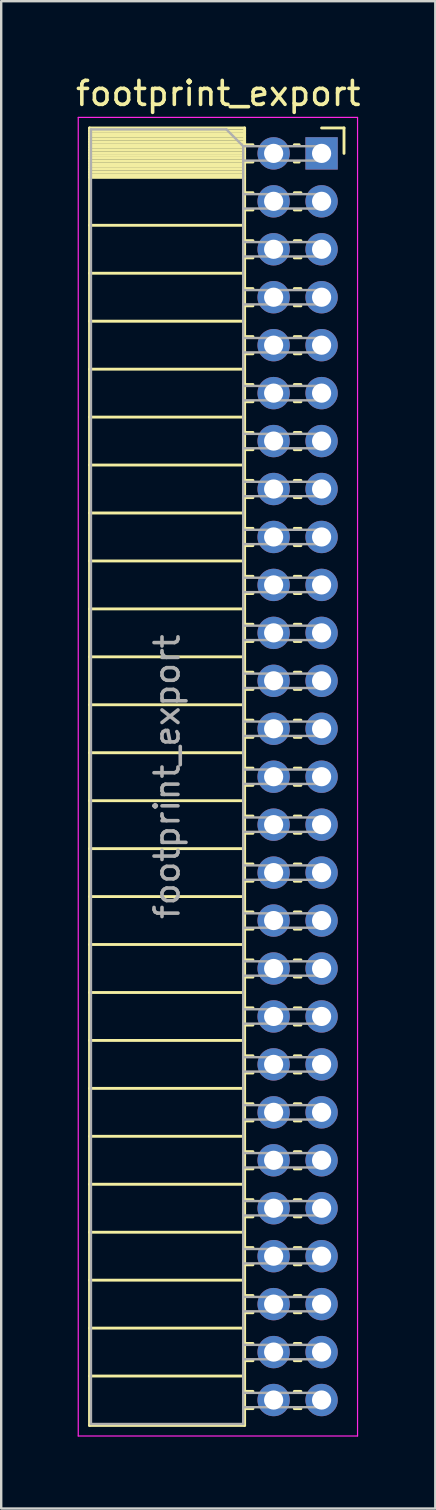
<source format=kicad_pcb>
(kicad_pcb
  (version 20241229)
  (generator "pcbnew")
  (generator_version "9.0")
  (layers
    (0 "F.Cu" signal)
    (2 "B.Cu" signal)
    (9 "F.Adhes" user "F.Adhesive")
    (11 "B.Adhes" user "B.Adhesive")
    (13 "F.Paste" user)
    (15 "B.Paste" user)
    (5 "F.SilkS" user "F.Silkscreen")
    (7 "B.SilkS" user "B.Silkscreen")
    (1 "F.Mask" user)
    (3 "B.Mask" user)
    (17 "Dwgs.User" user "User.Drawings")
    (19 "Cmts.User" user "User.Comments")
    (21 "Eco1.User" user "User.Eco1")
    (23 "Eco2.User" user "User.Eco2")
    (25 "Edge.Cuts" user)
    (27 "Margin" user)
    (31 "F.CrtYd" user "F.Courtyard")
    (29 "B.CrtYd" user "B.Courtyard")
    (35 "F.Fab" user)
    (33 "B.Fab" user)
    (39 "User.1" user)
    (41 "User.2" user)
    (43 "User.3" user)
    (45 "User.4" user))
  (footprint "footprint_export"
    (layer "F.Cu")
    (at 10.364 3.348)
    (property "Reference" "footprint_export" (at -4.31 -2.5 0) (layer "F.SilkS") (effects (font (size 1 1) (thickness 0.15))))
    (attr through_hole)
    (fp_line (start -9.68 -1.06) (end -9.68 53.06) (stroke (width 0.12) (type solid)) (layer "F.SilkS"))
    (fp_line (start -9.68 -1.06) (end -3.21 -1.06) (stroke (width 0.12) (type solid)) (layer "F.SilkS"))
    (fp_line (start -9.68 -0.94) (end -3.21 -0.94) (stroke (width 0.12) (type solid)) (layer "F.SilkS"))
    (fp_line (start -9.68 -0.826) (end -3.21 -0.826) (stroke (width 0.12) (type solid)) (layer "F.SilkS"))
    (fp_line (start -9.68 -0.712) (end -3.21 -0.712) (stroke (width 0.12) (type solid)) (layer "F.SilkS"))
    (fp_line (start -9.68 -0.598) (end -3.21 -0.598) (stroke (width 0.12) (type solid)) (layer "F.SilkS"))
    (fp_line (start -9.68 -0.484) (end -3.21 -0.484) (stroke (width 0.12) (type solid)) (layer "F.SilkS"))
    (fp_line (start -9.68 -0.369) (end -3.21 -0.369) (stroke (width 0.12) (type solid)) (layer "F.SilkS"))
    (fp_line (start -9.68 -0.255) (end -3.21 -0.255) (stroke (width 0.12) (type solid)) (layer "F.SilkS"))
    (fp_line (start -9.68 -0.141) (end -3.21 -0.141) (stroke (width 0.12) (type solid)) (layer "F.SilkS"))
    (fp_line (start -9.68 -0.027) (end -3.21 -0.027) (stroke (width 0.12) (type solid)) (layer "F.SilkS"))
    (fp_line (start -9.68 0.087) (end -3.21 0.087) (stroke (width 0.12) (type solid)) (layer "F.SilkS"))
    (fp_line (start -9.68 0.201) (end -3.21 0.201) (stroke (width 0.12) (type solid)) (layer "F.SilkS"))
    (fp_line (start -9.68 0.315) (end -3.21 0.315) (stroke (width 0.12) (type solid)) (layer "F.SilkS"))
    (fp_line (start -9.68 0.429) (end -3.21 0.429) (stroke (width 0.12) (type solid)) (layer "F.SilkS"))
    (fp_line (start -9.68 0.544) (end -3.21 0.544) (stroke (width 0.12) (type solid)) (layer "F.SilkS"))
    (fp_line (start -9.68 0.658) (end -3.21 0.658) (stroke (width 0.12) (type solid)) (layer "F.SilkS"))
    (fp_line (start -9.68 0.772) (end -3.21 0.772) (stroke (width 0.12) (type solid)) (layer "F.SilkS"))
    (fp_line (start -9.68 0.886) (end -3.21 0.886) (stroke (width 0.12) (type solid)) (layer "F.SilkS"))
    (fp_line (start -9.68 1) (end -3.21 1) (stroke (width 0.12) (type solid)) (layer "F.SilkS"))
    (fp_line (start -9.68 3) (end -3.21 3) (stroke (width 0.12) (type solid)) (layer "F.SilkS"))
    (fp_line (start -9.68 5) (end -3.21 5) (stroke (width 0.12) (type solid)) (layer "F.SilkS"))
    (fp_line (start -9.68 7) (end -3.21 7) (stroke (width 0.12) (type solid)) (layer "F.SilkS"))
    (fp_line (start -9.68 9) (end -3.21 9) (stroke (width 0.12) (type solid)) (layer "F.SilkS"))
    (fp_line (start -9.68 11) (end -3.21 11) (stroke (width 0.12) (type solid)) (layer "F.SilkS"))
    (fp_line (start -9.68 13) (end -3.21 13) (stroke (width 0.12) (type solid)) (layer "F.SilkS"))
    (fp_line (start -9.68 15) (end -3.21 15) (stroke (width 0.12) (type solid)) (layer "F.SilkS"))
    (fp_line (start -9.68 17) (end -3.21 17) (stroke (width 0.12) (type solid)) (layer "F.SilkS"))
    (fp_line (start -9.68 19) (end -3.21 19) (stroke (width 0.12) (type solid)) (layer "F.SilkS"))
    (fp_line (start -9.68 21) (end -3.21 21) (stroke (width 0.12) (type solid)) (layer "F.SilkS"))
    (fp_line (start -9.68 23) (end -3.21 23) (stroke (width 0.12) (type solid)) (layer "F.SilkS"))
    (fp_line (start -9.68 25) (end -3.21 25) (stroke (width 0.12) (type solid)) (layer "F.SilkS"))
    (fp_line (start -9.68 27) (end -3.21 27) (stroke (width 0.12) (type solid)) (layer "F.SilkS"))
    (fp_line (start -9.68 29) (end -3.21 29) (stroke (width 0.12) (type solid)) (layer "F.SilkS"))
    (fp_line (start -9.68 31) (end -3.21 31) (stroke (width 0.12) (type solid)) (layer "F.SilkS"))
    (fp_line (start -9.68 33) (end -3.21 33) (stroke (width 0.12) (type solid)) (layer "F.SilkS"))
    (fp_line (start -9.68 35) (end -3.21 35) (stroke (width 0.12) (type solid)) (layer "F.SilkS"))
    (fp_line (start -9.68 37) (end -3.21 37) (stroke (width 0.12) (type solid)) (layer "F.SilkS"))
    (fp_line (start -9.68 39) (end -3.21 39) (stroke (width 0.12) (type solid)) (layer "F.SilkS"))
    (fp_line (start -9.68 41) (end -3.21 41) (stroke (width 0.12) (type solid)) (layer "F.SilkS"))
    (fp_line (start -9.68 43) (end -3.21 43) (stroke (width 0.12) (type solid)) (layer "F.SilkS"))
    (fp_line (start -9.68 45) (end -3.21 45) (stroke (width 0.12) (type solid)) (layer "F.SilkS"))
    (fp_line (start -9.68 47) (end -3.21 47) (stroke (width 0.12) (type solid)) (layer "F.SilkS"))
    (fp_line (start -9.68 49) (end -3.21 49) (stroke (width 0.12) (type solid)) (layer "F.SilkS"))
    (fp_line (start -9.68 51) (end -3.21 51) (stroke (width 0.12) (type solid)) (layer "F.SilkS"))
    (fp_line (start -9.68 53.06) (end -3.21 53.06) (stroke (width 0.12) (type solid)) (layer "F.SilkS"))
    (fp_line (start -3.21 -1.06) (end -3.21 53.06) (stroke (width 0.12) (type solid)) (layer "F.SilkS"))
    (fp_line (start -3.21 -0.36) (end -2.863 -0.36) (stroke (width 0.12) (type solid)) (layer "F.SilkS"))
    (fp_line (start -3.21 0.36) (end -2.863 0.36) (stroke (width 0.12) (type solid)) (layer "F.SilkS"))
    (fp_line (start -3.21 1.64) (end -2.863 1.64) (stroke (width 0.12) (type solid)) (layer "F.SilkS"))
    (fp_line (start -3.21 2.36) (end -2.863 2.36) (stroke (width 0.12) (type solid)) (layer "F.SilkS"))
    (fp_line (start -3.21 3.64) (end -2.863 3.64) (stroke (width 0.12) (type solid)) (layer "F.SilkS"))
    (fp_line (start -3.21 4.36) (end -2.863 4.36) (stroke (width 0.12) (type solid)) (layer "F.SilkS"))
    (fp_line (start -3.21 5.64) (end -2.863 5.64) (stroke (width 0.12) (type solid)) (layer "F.SilkS"))
    (fp_line (start -3.21 6.36) (end -2.863 6.36) (stroke (width 0.12) (type solid)) (layer "F.SilkS"))
    (fp_line (start -3.21 7.64) (end -2.863 7.64) (stroke (width 0.12) (type solid)) (layer "F.SilkS"))
    (fp_line (start -3.21 8.36) (end -2.863 8.36) (stroke (width 0.12) (type solid)) (layer "F.SilkS"))
    (fp_line (start -3.21 9.64) (end -2.863 9.64) (stroke (width 0.12) (type solid)) (layer "F.SilkS"))
    (fp_line (start -3.21 10.36) (end -2.863 10.36) (stroke (width 0.12) (type solid)) (layer "F.SilkS"))
    (fp_line (start -3.21 11.64) (end -2.863 11.64) (stroke (width 0.12) (type solid)) (layer "F.SilkS"))
    (fp_line (start -3.21 12.36) (end -2.863 12.36) (stroke (width 0.12) (type solid)) (layer "F.SilkS"))
    (fp_line (start -3.21 13.64) (end -2.863 13.64) (stroke (width 0.12) (type solid)) (layer "F.SilkS"))
    (fp_line (start -3.21 14.36) (end -2.863 14.36) (stroke (width 0.12) (type solid)) (layer "F.SilkS"))
    (fp_line (start -3.21 15.64) (end -2.863 15.64) (stroke (width 0.12) (type solid)) (layer "F.SilkS"))
    (fp_line (start -3.21 16.36) (end -2.863 16.36) (stroke (width 0.12) (type solid)) (layer "F.SilkS"))
    (fp_line (start -3.21 17.64) (end -2.863 17.64) (stroke (width 0.12) (type solid)) (layer "F.SilkS"))
    (fp_line (start -3.21 18.36) (end -2.863 18.36) (stroke (width 0.12) (type solid)) (layer "F.SilkS"))
    (fp_line (start -3.21 19.64) (end -2.863 19.64) (stroke (width 0.12) (type solid)) (layer "F.SilkS"))
    (fp_line (start -3.21 20.36) (end -2.863 20.36) (stroke (width 0.12) (type solid)) (layer "F.SilkS"))
    (fp_line (start -3.21 21.64) (end -2.863 21.64) (stroke (width 0.12) (type solid)) (layer "F.SilkS"))
    (fp_line (start -3.21 22.36) (end -2.863 22.36) (stroke (width 0.12) (type solid)) (layer "F.SilkS"))
    (fp_line (start -3.21 23.64) (end -2.863 23.64) (stroke (width 0.12) (type solid)) (layer "F.SilkS"))
    (fp_line (start -3.21 24.36) (end -2.863 24.36) (stroke (width 0.12) (type solid)) (layer "F.SilkS"))
    (fp_line (start -3.21 25.64) (end -2.863 25.64) (stroke (width 0.12) (type solid)) (layer "F.SilkS"))
    (fp_line (start -3.21 26.36) (end -2.863 26.36) (stroke (width 0.12) (type solid)) (layer "F.SilkS"))
    (fp_line (start -3.21 27.64) (end -2.863 27.64) (stroke (width 0.12) (type solid)) (layer "F.SilkS"))
    (fp_line (start -3.21 28.36) (end -2.863 28.36) (stroke (width 0.12) (type solid)) (layer "F.SilkS"))
    (fp_line (start -3.21 29.64) (end -2.863 29.64) (stroke (width 0.12) (type solid)) (layer "F.SilkS"))
    (fp_line (start -3.21 30.36) (end -2.863 30.36) (stroke (width 0.12) (type solid)) (layer "F.SilkS"))
    (fp_line (start -3.21 31.64) (end -2.863 31.64) (stroke (width 0.12) (type solid)) (layer "F.SilkS"))
    (fp_line (start -3.21 32.36) (end -2.863 32.36) (stroke (width 0.12) (type solid)) (layer "F.SilkS"))
    (fp_line (start -3.21 33.64) (end -2.863 33.64) (stroke (width 0.12) (type solid)) (layer "F.SilkS"))
    (fp_line (start -3.21 34.36) (end -2.863 34.36) (stroke (width 0.12) (type solid)) (layer "F.SilkS"))
    (fp_line (start -3.21 35.64) (end -2.863 35.64) (stroke (width 0.12) (type solid)) (layer "F.SilkS"))
    (fp_line (start -3.21 36.36) (end -2.863 36.36) (stroke (width 0.12) (type solid)) (layer "F.SilkS"))
    (fp_line (start -3.21 37.64) (end -2.863 37.64) (stroke (width 0.12) (type solid)) (layer "F.SilkS"))
    (fp_line (start -3.21 38.36) (end -2.863 38.36) (stroke (width 0.12) (type solid)) (layer "F.SilkS"))
    (fp_line (start -3.21 39.64) (end -2.863 39.64) (stroke (width 0.12) (type solid)) (layer "F.SilkS"))
    (fp_line (start -3.21 40.36) (end -2.863 40.36) (stroke (width 0.12) (type solid)) (layer "F.SilkS"))
    (fp_line (start -3.21 41.64) (end -2.863 41.64) (stroke (width 0.12) (type solid)) (layer "F.SilkS"))
    (fp_line (start -3.21 42.36) (end -2.863 42.36) (stroke (width 0.12) (type solid)) (layer "F.SilkS"))
    (fp_line (start -3.21 43.64) (end -2.863 43.64) (stroke (width 0.12) (type solid)) (layer "F.SilkS"))
    (fp_line (start -3.21 44.36) (end -2.863 44.36) (stroke (width 0.12) (type solid)) (layer "F.SilkS"))
    (fp_line (start -3.21 45.64) (end -2.863 45.64) (stroke (width 0.12) (type solid)) (layer "F.SilkS"))
    (fp_line (start -3.21 46.36) (end -2.863 46.36) (stroke (width 0.12) (type solid)) (layer "F.SilkS"))
    (fp_line (start -3.21 47.64) (end -2.863 47.64) (stroke (width 0.12) (type solid)) (layer "F.SilkS"))
    (fp_line (start -3.21 48.36) (end -2.863 48.36) (stroke (width 0.12) (type solid)) (layer "F.SilkS"))
    (fp_line (start -3.21 49.64) (end -2.863 49.64) (stroke (width 0.12) (type solid)) (layer "F.SilkS"))
    (fp_line (start -3.21 50.36) (end -2.863 50.36) (stroke (width 0.12) (type solid)) (layer "F.SilkS"))
    (fp_line (start -3.21 51.64) (end -2.863 51.64) (stroke (width 0.12) (type solid)) (layer "F.SilkS"))
    (fp_line (start -3.21 52.36) (end -2.863 52.36) (stroke (width 0.12) (type solid)) (layer "F.SilkS"))
    (fp_line (start -1.137 -0.36) (end -0.935 -0.36) (stroke (width 0.12) (type solid)) (layer "F.SilkS"))
    (fp_line (start -1.137 0.36) (end -0.935 0.36) (stroke (width 0.12) (type solid)) (layer "F.SilkS"))
    (fp_line (start -1.137 1.64) (end -0.863 1.64) (stroke (width 0.12) (type solid)) (layer "F.SilkS"))
    (fp_line (start -1.137 2.36) (end -0.863 2.36) (stroke (width 0.12) (type solid)) (layer "F.SilkS"))
    (fp_line (start -1.137 3.64) (end -0.863 3.64) (stroke (width 0.12) (type solid)) (layer "F.SilkS"))
    (fp_line (start -1.137 4.36) (end -0.863 4.36) (stroke (width 0.12) (type solid)) (layer "F.SilkS"))
    (fp_line (start -1.137 5.64) (end -0.863 5.64) (stroke (width 0.12) (type solid)) (layer "F.SilkS"))
    (fp_line (start -1.137 6.36) (end -0.863 6.36) (stroke (width 0.12) (type solid)) (layer "F.SilkS"))
    (fp_line (start -1.137 7.64) (end -0.863 7.64) (stroke (width 0.12) (type solid)) (layer "F.SilkS"))
    (fp_line (start -1.137 8.36) (end -0.863 8.36) (stroke (width 0.12) (type solid)) (layer "F.SilkS"))
    (fp_line (start -1.137 9.64) (end -0.863 9.64) (stroke (width 0.12) (type solid)) (layer "F.SilkS"))
    (fp_line (start -1.137 10.36) (end -0.863 10.36) (stroke (width 0.12) (type solid)) (layer "F.SilkS"))
    (fp_line (start -1.137 11.64) (end -0.863 11.64) (stroke (width 0.12) (type solid)) (layer "F.SilkS"))
    (fp_line (start -1.137 12.36) (end -0.863 12.36) (stroke (width 0.12) (type solid)) (layer "F.SilkS"))
    (fp_line (start -1.137 13.64) (end -0.863 13.64) (stroke (width 0.12) (type solid)) (layer "F.SilkS"))
    (fp_line (start -1.137 14.36) (end -0.863 14.36) (stroke (width 0.12) (type solid)) (layer "F.SilkS"))
    (fp_line (start -1.137 15.64) (end -0.863 15.64) (stroke (width 0.12) (type solid)) (layer "F.SilkS"))
    (fp_line (start -1.137 16.36) (end -0.863 16.36) (stroke (width 0.12) (type solid)) (layer "F.SilkS"))
    (fp_line (start -1.137 17.64) (end -0.863 17.64) (stroke (width 0.12) (type solid)) (layer "F.SilkS"))
    (fp_line (start -1.137 18.36) (end -0.863 18.36) (stroke (width 0.12) (type solid)) (layer "F.SilkS"))
    (fp_line (start -1.137 19.64) (end -0.863 19.64) (stroke (width 0.12) (type solid)) (layer "F.SilkS"))
    (fp_line (start -1.137 20.36) (end -0.863 20.36) (stroke (width 0.12) (type solid)) (layer "F.SilkS"))
    (fp_line (start -1.137 21.64) (end -0.863 21.64) (stroke (width 0.12) (type solid)) (layer "F.SilkS"))
    (fp_line (start -1.137 22.36) (end -0.863 22.36) (stroke (width 0.12) (type solid)) (layer "F.SilkS"))
    (fp_line (start -1.137 23.64) (end -0.863 23.64) (stroke (width 0.12) (type solid)) (layer "F.SilkS"))
    (fp_line (start -1.137 24.36) (end -0.863 24.36) (stroke (width 0.12) (type solid)) (layer "F.SilkS"))
    (fp_line (start -1.137 25.64) (end -0.863 25.64) (stroke (width 0.12) (type solid)) (layer "F.SilkS"))
    (fp_line (start -1.137 26.36) (end -0.863 26.36) (stroke (width 0.12) (type solid)) (layer "F.SilkS"))
    (fp_line (start -1.137 27.64) (end -0.863 27.64) (stroke (width 0.12) (type solid)) (layer "F.SilkS"))
    (fp_line (start -1.137 28.36) (end -0.863 28.36) (stroke (width 0.12) (type solid)) (layer "F.SilkS"))
    (fp_line (start -1.137 29.64) (end -0.863 29.64) (stroke (width 0.12) (type solid)) (layer "F.SilkS"))
    (fp_line (start -1.137 30.36) (end -0.863 30.36) (stroke (width 0.12) (type solid)) (layer "F.SilkS"))
    (fp_line (start -1.137 31.64) (end -0.863 31.64) (stroke (width 0.12) (type solid)) (layer "F.SilkS"))
    (fp_line (start -1.137 32.36) (end -0.863 32.36) (stroke (width 0.12) (type solid)) (layer "F.SilkS"))
    (fp_line (start -1.137 33.64) (end -0.863 33.64) (stroke (width 0.12) (type solid)) (layer "F.SilkS"))
    (fp_line (start -1.137 34.36) (end -0.863 34.36) (stroke (width 0.12) (type solid)) (layer "F.SilkS"))
    (fp_line (start -1.137 35.64) (end -0.863 35.64) (stroke (width 0.12) (type solid)) (layer "F.SilkS"))
    (fp_line (start -1.137 36.36) (end -0.863 36.36) (stroke (width 0.12) (type solid)) (layer "F.SilkS"))
    (fp_line (start -1.137 37.64) (end -0.863 37.64) (stroke (width 0.12) (type solid)) (layer "F.SilkS"))
    (fp_line (start -1.137 38.36) (end -0.863 38.36) (stroke (width 0.12) (type solid)) (layer "F.SilkS"))
    (fp_line (start -1.137 39.64) (end -0.863 39.64) (stroke (width 0.12) (type solid)) (layer "F.SilkS"))
    (fp_line (start -1.137 40.36) (end -0.863 40.36) (stroke (width 0.12) (type solid)) (layer "F.SilkS"))
    (fp_line (start -1.137 41.64) (end -0.863 41.64) (stroke (width 0.12) (type solid)) (layer "F.SilkS"))
    (fp_line (start -1.137 42.36) (end -0.863 42.36) (stroke (width 0.12) (type solid)) (layer "F.SilkS"))
    (fp_line (start -1.137 43.64) (end -0.863 43.64) (stroke (width 0.12) (type solid)) (layer "F.SilkS"))
    (fp_line (start -1.137 44.36) (end -0.863 44.36) (stroke (width 0.12) (type solid)) (layer "F.SilkS"))
    (fp_line (start -1.137 45.64) (end -0.863 45.64) (stroke (width 0.12) (type solid)) (layer "F.SilkS"))
    (fp_line (start -1.137 46.36) (end -0.863 46.36) (stroke (width 0.12) (type solid)) (layer "F.SilkS"))
    (fp_line (start -1.137 47.64) (end -0.863 47.64) (stroke (width 0.12) (type solid)) (layer "F.SilkS"))
    (fp_line (start -1.137 48.36) (end -0.863 48.36) (stroke (width 0.12) (type solid)) (layer "F.SilkS"))
    (fp_line (start -1.137 49.64) (end -0.863 49.64) (stroke (width 0.12) (type solid)) (layer "F.SilkS"))
    (fp_line (start -1.137 50.36) (end -0.863 50.36) (stroke (width 0.12) (type solid)) (layer "F.SilkS"))
    (fp_line (start -1.137 51.64) (end -0.863 51.64) (stroke (width 0.12) (type solid)) (layer "F.SilkS"))
    (fp_line (start -1.137 52.36) (end -0.863 52.36) (stroke (width 0.12) (type solid)) (layer "F.SilkS"))
    (fp_line (start 0 -1.06) (end 0.935 -1.06) (stroke (width 0.12) (type solid)) (layer "F.SilkS"))
    (fp_line (start 0.935 -1.06) (end 0.935 0) (stroke (width 0.12) (type solid)) (layer "F.SilkS"))
    (fp_line (start -10.15 -1.5) (end -10.15 53.5) (stroke (width 0.05) (type solid)) (layer "F.CrtYd"))
    (fp_line (start -10.15 53.5) (end 1.5 53.5) (stroke (width 0.05) (type solid)) (layer "F.CrtYd"))
    (fp_line (start 1.5 -1.5) (end -10.15 -1.5) (stroke (width 0.05) (type solid)) (layer "F.CrtYd"))
    (fp_line (start 1.5 53.5) (end 1.5 -1.5) (stroke (width 0.05) (type solid)) (layer "F.CrtYd"))
    (fp_line (start -9.62 -1) (end -3.97 -1) (stroke (width 0.1) (type solid)) (layer "F.Fab"))
    (fp_line (start -9.62 53) (end -9.62 -1) (stroke (width 0.1) (type solid)) (layer "F.Fab"))
    (fp_line (start -3.97 -1) (end -3.27 -0.3) (stroke (width 0.1) (type solid)) (layer "F.Fab"))
    (fp_line (start -3.27 -0.3) (end -3.27 53) (stroke (width 0.1) (type solid)) (layer "F.Fab"))
    (fp_line (start -3.27 0.3) (end 0 0.3) (stroke (width 0.1) (type solid)) (layer "F.Fab"))
    (fp_line (start -3.27 2.3) (end 0 2.3) (stroke (width 0.1) (type solid)) (layer "F.Fab"))
    (fp_line (start -3.27 4.3) (end 0 4.3) (stroke (width 0.1) (type solid)) (layer "F.Fab"))
    (fp_line (start -3.27 6.3) (end 0 6.3) (stroke (width 0.1) (type solid)) (layer "F.Fab"))
    (fp_line (start -3.27 8.3) (end 0 8.3) (stroke (width 0.1) (type solid)) (layer "F.Fab"))
    (fp_line (start -3.27 10.3) (end 0 10.3) (stroke (width 0.1) (type solid)) (layer "F.Fab"))
    (fp_line (start -3.27 12.3) (end 0 12.3) (stroke (width 0.1) (type solid)) (layer "F.Fab"))
    (fp_line (start -3.27 14.3) (end 0 14.3) (stroke (width 0.1) (type solid)) (layer "F.Fab"))
    (fp_line (start -3.27 16.3) (end 0 16.3) (stroke (width 0.1) (type solid)) (layer "F.Fab"))
    (fp_line (start -3.27 18.3) (end 0 18.3) (stroke (width 0.1) (type solid)) (layer "F.Fab"))
    (fp_line (start -3.27 20.3) (end 0 20.3) (stroke (width 0.1) (type solid)) (layer "F.Fab"))
    (fp_line (start -3.27 22.3) (end 0 22.3) (stroke (width 0.1) (type solid)) (layer "F.Fab"))
    (fp_line (start -3.27 24.3) (end 0 24.3) (stroke (width 0.1) (type solid)) (layer "F.Fab"))
    (fp_line (start -3.27 26.3) (end 0 26.3) (stroke (width 0.1) (type solid)) (layer "F.Fab"))
    (fp_line (start -3.27 28.3) (end 0 28.3) (stroke (width 0.1) (type solid)) (layer "F.Fab"))
    (fp_line (start -3.27 30.3) (end 0 30.3) (stroke (width 0.1) (type solid)) (layer "F.Fab"))
    (fp_line (start -3.27 32.3) (end 0 32.3) (stroke (width 0.1) (type solid)) (layer "F.Fab"))
    (fp_line (start -3.27 34.3) (end 0 34.3) (stroke (width 0.1) (type solid)) (layer "F.Fab"))
    (fp_line (start -3.27 36.3) (end 0 36.3) (stroke (width 0.1) (type solid)) (layer "F.Fab"))
    (fp_line (start -3.27 38.3) (end 0 38.3) (stroke (width 0.1) (type solid)) (layer "F.Fab"))
    (fp_line (start -3.27 40.3) (end 0 40.3) (stroke (width 0.1) (type solid)) (layer "F.Fab"))
    (fp_line (start -3.27 42.3) (end 0 42.3) (stroke (width 0.1) (type solid)) (layer "F.Fab"))
    (fp_line (start -3.27 44.3) (end 0 44.3) (stroke (width 0.1) (type solid)) (layer "F.Fab"))
    (fp_line (start -3.27 46.3) (end 0 46.3) (stroke (width 0.1) (type solid)) (layer "F.Fab"))
    (fp_line (start -3.27 48.3) (end 0 48.3) (stroke (width 0.1) (type solid)) (layer "F.Fab"))
    (fp_line (start -3.27 50.3) (end 0 50.3) (stroke (width 0.1) (type solid)) (layer "F.Fab"))
    (fp_line (start -3.27 52.3) (end 0 52.3) (stroke (width 0.1) (type solid)) (layer "F.Fab"))
    (fp_line (start -3.27 53) (end -9.62 53) (stroke (width 0.1) (type solid)) (layer "F.Fab"))
    (fp_line (start 0 -0.3) (end -3.27 -0.3) (stroke (width 0.1) (type solid)) (layer "F.Fab"))
    (fp_line (start 0 0.3) (end 0 -0.3) (stroke (width 0.1) (type solid)) (layer "F.Fab"))
    (fp_line (start 0 1.7) (end -3.27 1.7) (stroke (width 0.1) (type solid)) (layer "F.Fab"))
    (fp_line (start 0 2.3) (end 0 1.7) (stroke (width 0.1) (type solid)) (layer "F.Fab"))
    (fp_line (start 0 3.7) (end -3.27 3.7) (stroke (width 0.1) (type solid)) (layer "F.Fab"))
    (fp_line (start 0 4.3) (end 0 3.7) (stroke (width 0.1) (type solid)) (layer "F.Fab"))
    (fp_line (start 0 5.7) (end -3.27 5.7) (stroke (width 0.1) (type solid)) (layer "F.Fab"))
    (fp_line (start 0 6.3) (end 0 5.7) (stroke (width 0.1) (type solid)) (layer "F.Fab"))
    (fp_line (start 0 7.7) (end -3.27 7.7) (stroke (width 0.1) (type solid)) (layer "F.Fab"))
    (fp_line (start 0 8.3) (end 0 7.7) (stroke (width 0.1) (type solid)) (layer "F.Fab"))
    (fp_line (start 0 9.7) (end -3.27 9.7) (stroke (width 0.1) (type solid)) (layer "F.Fab"))
    (fp_line (start 0 10.3) (end 0 9.7) (stroke (width 0.1) (type solid)) (layer "F.Fab"))
    (fp_line (start 0 11.7) (end -3.27 11.7) (stroke (width 0.1) (type solid)) (layer "F.Fab"))
    (fp_line (start 0 12.3) (end 0 11.7) (stroke (width 0.1) (type solid)) (layer "F.Fab"))
    (fp_line (start 0 13.7) (end -3.27 13.7) (stroke (width 0.1) (type solid)) (layer "F.Fab"))
    (fp_line (start 0 14.3) (end 0 13.7) (stroke (width 0.1) (type solid)) (layer "F.Fab"))
    (fp_line (start 0 15.7) (end -3.27 15.7) (stroke (width 0.1) (type solid)) (layer "F.Fab"))
    (fp_line (start 0 16.3) (end 0 15.7) (stroke (width 0.1) (type solid)) (layer "F.Fab"))
    (fp_line (start 0 17.7) (end -3.27 17.7) (stroke (width 0.1) (type solid)) (layer "F.Fab"))
    (fp_line (start 0 18.3) (end 0 17.7) (stroke (width 0.1) (type solid)) (layer "F.Fab"))
    (fp_line (start 0 19.7) (end -3.27 19.7) (stroke (width 0.1) (type solid)) (layer "F.Fab"))
    (fp_line (start 0 20.3) (end 0 19.7) (stroke (width 0.1) (type solid)) (layer "F.Fab"))
    (fp_line (start 0 21.7) (end -3.27 21.7) (stroke (width 0.1) (type solid)) (layer "F.Fab"))
    (fp_line (start 0 22.3) (end 0 21.7) (stroke (width 0.1) (type solid)) (layer "F.Fab"))
    (fp_line (start 0 23.7) (end -3.27 23.7) (stroke (width 0.1) (type solid)) (layer "F.Fab"))
    (fp_line (start 0 24.3) (end 0 23.7) (stroke (width 0.1) (type solid)) (layer "F.Fab"))
    (fp_line (start 0 25.7) (end -3.27 25.7) (stroke (width 0.1) (type solid)) (layer "F.Fab"))
    (fp_line (start 0 26.3) (end 0 25.7) (stroke (width 0.1) (type solid)) (layer "F.Fab"))
    (fp_line (start 0 27.7) (end -3.27 27.7) (stroke (width 0.1) (type solid)) (layer "F.Fab"))
    (fp_line (start 0 28.3) (end 0 27.7) (stroke (width 0.1) (type solid)) (layer "F.Fab"))
    (fp_line (start 0 29.7) (end -3.27 29.7) (stroke (width 0.1) (type solid)) (layer "F.Fab"))
    (fp_line (start 0 30.3) (end 0 29.7) (stroke (width 0.1) (type solid)) (layer "F.Fab"))
    (fp_line (start 0 31.7) (end -3.27 31.7) (stroke (width 0.1) (type solid)) (layer "F.Fab"))
    (fp_line (start 0 32.3) (end 0 31.7) (stroke (width 0.1) (type solid)) (layer "F.Fab"))
    (fp_line (start 0 33.7) (end -3.27 33.7) (stroke (width 0.1) (type solid)) (layer "F.Fab"))
    (fp_line (start 0 34.3) (end 0 33.7) (stroke (width 0.1) (type solid)) (layer "F.Fab"))
    (fp_line (start 0 35.7) (end -3.27 35.7) (stroke (width 0.1) (type solid)) (layer "F.Fab"))
    (fp_line (start 0 36.3) (end 0 35.7) (stroke (width 0.1) (type solid)) (layer "F.Fab"))
    (fp_line (start 0 37.7) (end -3.27 37.7) (stroke (width 0.1) (type solid)) (layer "F.Fab"))
    (fp_line (start 0 38.3) (end 0 37.7) (stroke (width 0.1) (type solid)) (layer "F.Fab"))
    (fp_line (start 0 39.7) (end -3.27 39.7) (stroke (width 0.1) (type solid)) (layer "F.Fab"))
    (fp_line (start 0 40.3) (end 0 39.7) (stroke (width 0.1) (type solid)) (layer "F.Fab"))
    (fp_line (start 0 41.7) (end -3.27 41.7) (stroke (width 0.1) (type solid)) (layer "F.Fab"))
    (fp_line (start 0 42.3) (end 0 41.7) (stroke (width 0.1) (type solid)) (layer "F.Fab"))
    (fp_line (start 0 43.7) (end -3.27 43.7) (stroke (width 0.1) (type solid)) (layer "F.Fab"))
    (fp_line (start 0 44.3) (end 0 43.7) (stroke (width 0.1) (type solid)) (layer "F.Fab"))
    (fp_line (start 0 45.7) (end -3.27 45.7) (stroke (width 0.1) (type solid)) (layer "F.Fab"))
    (fp_line (start 0 46.3) (end 0 45.7) (stroke (width 0.1) (type solid)) (layer "F.Fab"))
    (fp_line (start 0 47.7) (end -3.27 47.7) (stroke (width 0.1) (type solid)) (layer "F.Fab"))
    (fp_line (start 0 48.3) (end 0 47.7) (stroke (width 0.1) (type solid)) (layer "F.Fab"))
    (fp_line (start 0 49.7) (end -3.27 49.7) (stroke (width 0.1) (type solid)) (layer "F.Fab"))
    (fp_line (start 0 50.3) (end 0 49.7) (stroke (width 0.1) (type solid)) (layer "F.Fab"))
    (fp_line (start 0 51.7) (end -3.27 51.7) (stroke (width 0.1) (type solid)) (layer "F.Fab"))
    (fp_line (start 0 52.3) (end 0 51.7) (stroke (width 0.1) (type solid)) (layer "F.Fab"))
    (fp_text user "${REFERENCE}" (at -6.445 26 90) (layer "F.Fab") (effects (font (size 1 1) (thickness 0.15))))
    (pad "1" thru_hole rect (at 0 0) (size 1.35 1.35) (drill 0.8) (layers "*.Cu" "*.Mask"))
    (pad "2" thru_hole oval (at -2 0) (size 1.35 1.35) (drill 0.8) (layers "*.Cu" "*.Mask"))
    (pad "3" thru_hole oval (at 0 2) (size 1.35 1.35) (drill 0.8) (layers "*.Cu" "*.Mask"))
    (pad "4" thru_hole oval (at -2 2) (size 1.35 1.35) (drill 0.8) (layers "*.Cu" "*.Mask"))
    (pad "5" thru_hole oval (at 0 4) (size 1.35 1.35) (drill 0.8) (layers "*.Cu" "*.Mask"))
    (pad "6" thru_hole oval (at -2 4) (size 1.35 1.35) (drill 0.8) (layers "*.Cu" "*.Mask"))
    (pad "7" thru_hole oval (at 0 6) (size 1.35 1.35) (drill 0.8) (layers "*.Cu" "*.Mask"))
    (pad "8" thru_hole oval (at -2 6) (size 1.35 1.35) (drill 0.8) (layers "*.Cu" "*.Mask"))
    (pad "9" thru_hole oval (at 0 8) (size 1.35 1.35) (drill 0.8) (layers "*.Cu" "*.Mask"))
    (pad "10" thru_hole oval (at -2 8) (size 1.35 1.35) (drill 0.8) (layers "*.Cu" "*.Mask"))
    (pad "11" thru_hole oval (at 0 10) (size 1.35 1.35) (drill 0.8) (layers "*.Cu" "*.Mask"))
    (pad "12" thru_hole oval (at -2 10) (size 1.35 1.35) (drill 0.8) (layers "*.Cu" "*.Mask"))
    (pad "13" thru_hole oval (at 0 12) (size 1.35 1.35) (drill 0.8) (layers "*.Cu" "*.Mask"))
    (pad "14" thru_hole oval (at -2 12) (size 1.35 1.35) (drill 0.8) (layers "*.Cu" "*.Mask"))
    (pad "15" thru_hole oval (at 0 14) (size 1.35 1.35) (drill 0.8) (layers "*.Cu" "*.Mask"))
    (pad "16" thru_hole oval (at -2 14) (size 1.35 1.35) (drill 0.8) (layers "*.Cu" "*.Mask"))
    (pad "17" thru_hole oval (at 0 16) (size 1.35 1.35) (drill 0.8) (layers "*.Cu" "*.Mask"))
    (pad "18" thru_hole oval (at -2 16) (size 1.35 1.35) (drill 0.8) (layers "*.Cu" "*.Mask"))
    (pad "19" thru_hole oval (at 0 18) (size 1.35 1.35) (drill 0.8) (layers "*.Cu" "*.Mask"))
    (pad "20" thru_hole oval (at -2 18) (size 1.35 1.35) (drill 0.8) (layers "*.Cu" "*.Mask"))
    (pad "21" thru_hole oval (at 0 20) (size 1.35 1.35) (drill 0.8) (layers "*.Cu" "*.Mask"))
    (pad "22" thru_hole oval (at -2 20) (size 1.35 1.35) (drill 0.8) (layers "*.Cu" "*.Mask"))
    (pad "23" thru_hole oval (at 0 22) (size 1.35 1.35) (drill 0.8) (layers "*.Cu" "*.Mask"))
    (pad "24" thru_hole oval (at -2 22) (size 1.35 1.35) (drill 0.8) (layers "*.Cu" "*.Mask"))
    (pad "25" thru_hole oval (at 0 24) (size 1.35 1.35) (drill 0.8) (layers "*.Cu" "*.Mask"))
    (pad "26" thru_hole oval (at -2 24) (size 1.35 1.35) (drill 0.8) (layers "*.Cu" "*.Mask"))
    (pad "27" thru_hole oval (at 0 26) (size 1.35 1.35) (drill 0.8) (layers "*.Cu" "*.Mask"))
    (pad "28" thru_hole oval (at -2 26) (size 1.35 1.35) (drill 0.8) (layers "*.Cu" "*.Mask"))
    (pad "29" thru_hole oval (at 0 28) (size 1.35 1.35) (drill 0.8) (layers "*.Cu" "*.Mask"))
    (pad "30" thru_hole oval (at -2 28) (size 1.35 1.35) (drill 0.8) (layers "*.Cu" "*.Mask"))
    (pad "31" thru_hole oval (at 0 30) (size 1.35 1.35) (drill 0.8) (layers "*.Cu" "*.Mask"))
    (pad "32" thru_hole oval (at -2 30) (size 1.35 1.35) (drill 0.8) (layers "*.Cu" "*.Mask"))
    (pad "33" thru_hole oval (at 0 32) (size 1.35 1.35) (drill 0.8) (layers "*.Cu" "*.Mask"))
    (pad "34" thru_hole oval (at -2 32) (size 1.35 1.35) (drill 0.8) (layers "*.Cu" "*.Mask"))
    (pad "35" thru_hole oval (at 0 34) (size 1.35 1.35) (drill 0.8) (layers "*.Cu" "*.Mask"))
    (pad "36" thru_hole oval (at -2 34) (size 1.35 1.35) (drill 0.8) (layers "*.Cu" "*.Mask"))
    (pad "37" thru_hole oval (at 0 36) (size 1.35 1.35) (drill 0.8) (layers "*.Cu" "*.Mask"))
    (pad "38" thru_hole oval (at -2 36) (size 1.35 1.35) (drill 0.8) (layers "*.Cu" "*.Mask"))
    (pad "39" thru_hole oval (at 0 38) (size 1.35 1.35) (drill 0.8) (layers "*.Cu" "*.Mask"))
    (pad "40" thru_hole oval (at -2 38) (size 1.35 1.35) (drill 0.8) (layers "*.Cu" "*.Mask"))
    (pad "41" thru_hole oval (at 0 40) (size 1.35 1.35) (drill 0.8) (layers "*.Cu" "*.Mask"))
    (pad "42" thru_hole oval (at -2 40) (size 1.35 1.35) (drill 0.8) (layers "*.Cu" "*.Mask"))
    (pad "43" thru_hole oval (at 0 42) (size 1.35 1.35) (drill 0.8) (layers "*.Cu" "*.Mask"))
    (pad "44" thru_hole oval (at -2 42) (size 1.35 1.35) (drill 0.8) (layers "*.Cu" "*.Mask"))
    (pad "45" thru_hole oval (at 0 44) (size 1.35 1.35) (drill 0.8) (layers "*.Cu" "*.Mask"))
    (pad "46" thru_hole oval (at -2 44) (size 1.35 1.35) (drill 0.8) (layers "*.Cu" "*.Mask"))
    (pad "47" thru_hole oval (at 0 46) (size 1.35 1.35) (drill 0.8) (layers "*.Cu" "*.Mask"))
    (pad "48" thru_hole oval (at -2 46) (size 1.35 1.35) (drill 0.8) (layers "*.Cu" "*.Mask"))
    (pad "49" thru_hole oval (at 0 48) (size 1.35 1.35) (drill 0.8) (layers "*.Cu" "*.Mask"))
    (pad "50" thru_hole oval (at -2 48) (size 1.35 1.35) (drill 0.8) (layers "*.Cu" "*.Mask"))
    (pad "51" thru_hole oval (at 0 50) (size 1.35 1.35) (drill 0.8) (layers "*.Cu" "*.Mask"))
    (pad "52" thru_hole oval (at -2 50) (size 1.35 1.35) (drill 0.8) (layers "*.Cu" "*.Mask"))
    (pad "53" thru_hole oval (at 0 52) (size 1.35 1.35) (drill 0.8) (layers "*.Cu" "*.Mask"))
    (pad "54" thru_hole oval (at -2 52) (size 1.35 1.35) (drill 0.8) (layers "*.Cu" "*.Mask")))
  (gr_rect
    (start -3 -3)
    (end 15.107 59.873)
    (stroke (width 0.1) (type default))
    (fill no)
    (layer "Edge.Cuts")))
</source>
